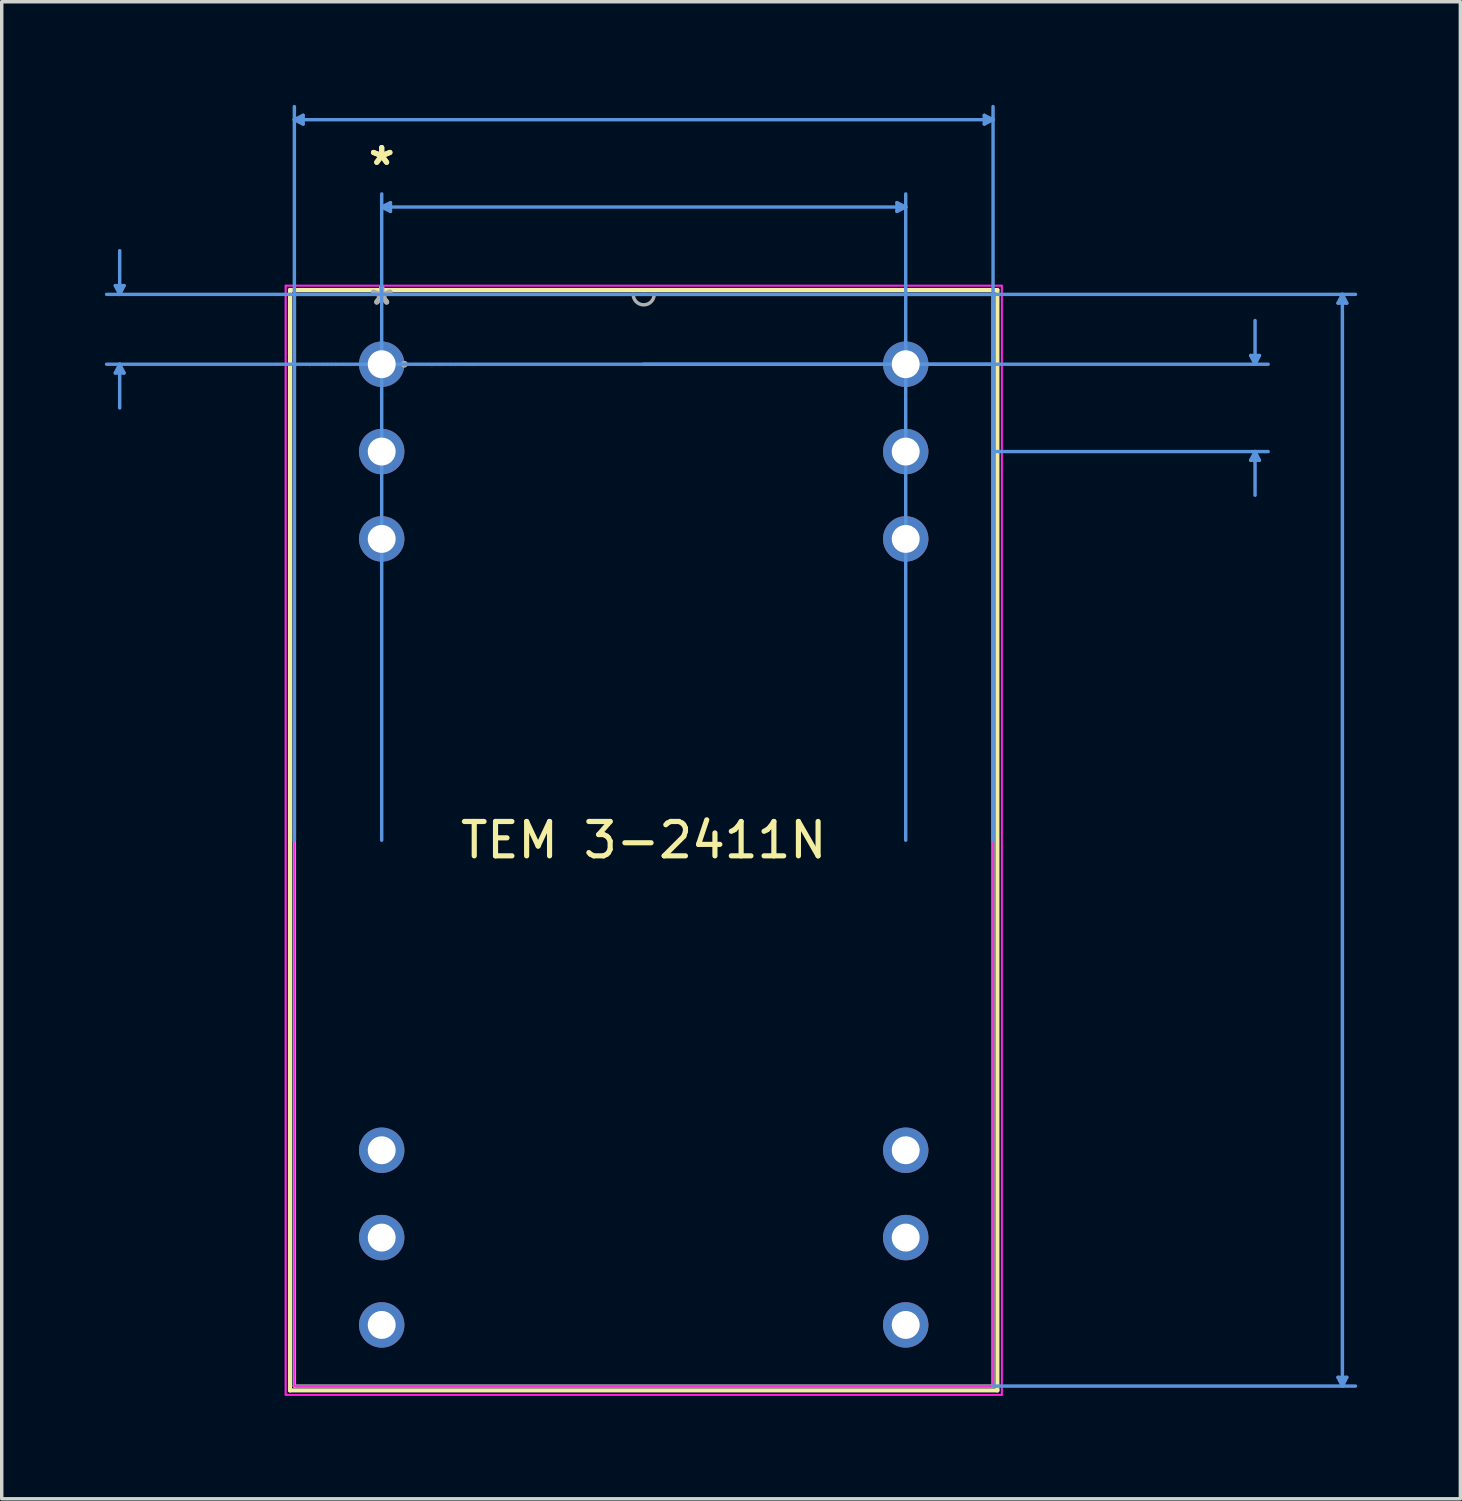
<source format=kicad_pcb>
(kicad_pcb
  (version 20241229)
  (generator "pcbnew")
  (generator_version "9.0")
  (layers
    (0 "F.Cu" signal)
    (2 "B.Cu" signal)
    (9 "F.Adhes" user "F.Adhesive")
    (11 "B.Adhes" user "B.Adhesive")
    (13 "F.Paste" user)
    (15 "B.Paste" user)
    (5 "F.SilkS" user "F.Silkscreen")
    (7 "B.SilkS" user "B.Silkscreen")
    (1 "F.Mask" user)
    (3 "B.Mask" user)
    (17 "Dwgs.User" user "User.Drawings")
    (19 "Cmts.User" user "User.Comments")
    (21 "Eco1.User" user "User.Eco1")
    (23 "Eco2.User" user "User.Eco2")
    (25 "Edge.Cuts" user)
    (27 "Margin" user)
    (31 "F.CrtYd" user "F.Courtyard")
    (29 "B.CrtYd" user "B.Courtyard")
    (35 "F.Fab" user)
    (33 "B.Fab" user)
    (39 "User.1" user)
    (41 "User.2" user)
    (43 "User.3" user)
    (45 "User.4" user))
  (footprint "TEM 3-2411N"
    (layer "F.Cu")
    (at 8.051 7.543)
    (property "Reference" "TEM 3-2411N" (at 7.62 13.843 0) (layer "F.SilkS") (effects (font (size 1 1) (thickness 0.15))))
    (attr through_hole)
    (fp_line (start -2.667 -2.159) (end -2.667 29.845) (stroke (width 0.12) (type solid)) (layer "F.SilkS"))
    (fp_line (start -2.667 29.845) (end 17.907 29.845) (stroke (width 0.12) (type solid)) (layer "F.SilkS"))
    (fp_line (start 17.907 -2.159) (end -2.667 -2.159) (stroke (width 0.12) (type solid)) (layer "F.SilkS"))
    (fp_line (start 17.907 29.845) (end 17.907 -2.159) (stroke (width 0.12) (type solid)) (layer "F.SilkS"))
    (fp_line (start -7.747 -2.286) (end -7.493 -2.286) (stroke (width 0.1) (type solid)) (layer "Cmts.User"))
    (fp_line (start -7.747 0.254) (end -7.493 0.254) (stroke (width 0.1) (type solid)) (layer "Cmts.User"))
    (fp_line (start -7.62 -2.032) (end -7.747 -2.286) (stroke (width 0.1) (type solid)) (layer "Cmts.User"))
    (fp_line (start -7.62 -2.032) (end -7.62 -3.302) (stroke (width 0.1) (type solid)) (layer "Cmts.User"))
    (fp_line (start -7.62 -2.032) (end -7.493 -2.286) (stroke (width 0.1) (type solid)) (layer "Cmts.User"))
    (fp_line (start -7.62 0) (end -7.747 0.254) (stroke (width 0.1) (type solid)) (layer "Cmts.User"))
    (fp_line (start -7.62 0) (end -7.62 1.27) (stroke (width 0.1) (type solid)) (layer "Cmts.User"))
    (fp_line (start -7.62 0) (end -7.493 0.254) (stroke (width 0.1) (type solid)) (layer "Cmts.User"))
    (fp_line (start -2.54 -7.112) (end -2.286 -7.239) (stroke (width 0.1) (type solid)) (layer "Cmts.User"))
    (fp_line (start -2.54 -7.112) (end -2.286 -6.985) (stroke (width 0.1) (type solid)) (layer "Cmts.User"))
    (fp_line (start -2.54 -7.112) (end 17.78 -7.112) (stroke (width 0.1) (type solid)) (layer "Cmts.User"))
    (fp_line (start -2.54 13.843) (end -2.54 -7.493) (stroke (width 0.1) (type solid)) (layer "Cmts.User"))
    (fp_line (start -2.286 -7.239) (end -2.286 -6.985) (stroke (width 0.1) (type solid)) (layer "Cmts.User"))
    (fp_line (start 0 -4.572) (end 0.254 -4.699) (stroke (width 0.1) (type solid)) (layer "Cmts.User"))
    (fp_line (start 0 -4.572) (end 0.254 -4.445) (stroke (width 0.1) (type solid)) (layer "Cmts.User"))
    (fp_line (start 0 -4.572) (end 15.24 -4.572) (stroke (width 0.1) (type solid)) (layer "Cmts.User"))
    (fp_line (start 0 13.843) (end 0 -4.953) (stroke (width 0.1) (type solid)) (layer "Cmts.User"))
    (fp_line (start 0.254 -4.699) (end 0.254 -4.445) (stroke (width 0.1) (type solid)) (layer "Cmts.User"))
    (fp_line (start 7.62 -2.032) (end -8.001 -2.032) (stroke (width 0.1) (type solid)) (layer "Cmts.User"))
    (fp_line (start 7.62 -2.032) (end 28.321 -2.032) (stroke (width 0.1) (type solid)) (layer "Cmts.User"))
    (fp_line (start 7.62 0) (end 25.781 0) (stroke (width 0.1) (type solid)) (layer "Cmts.User"))
    (fp_line (start 14.986 -4.699) (end 14.986 -4.445) (stroke (width 0.1) (type solid)) (layer "Cmts.User"))
    (fp_line (start 15.24 -4.572) (end 14.986 -4.699) (stroke (width 0.1) (type solid)) (layer "Cmts.User"))
    (fp_line (start 15.24 -4.572) (end 14.986 -4.445) (stroke (width 0.1) (type solid)) (layer "Cmts.User"))
    (fp_line (start 15.24 13.843) (end 15.24 -4.953) (stroke (width 0.1) (type solid)) (layer "Cmts.User"))
    (fp_line (start 17.526 -7.239) (end 17.526 -6.985) (stroke (width 0.1) (type solid)) (layer "Cmts.User"))
    (fp_line (start 17.78 -7.112) (end 17.526 -7.239) (stroke (width 0.1) (type solid)) (layer "Cmts.User"))
    (fp_line (start 17.78 -7.112) (end 17.526 -6.985) (stroke (width 0.1) (type solid)) (layer "Cmts.User"))
    (fp_line (start 17.78 0) (end -8.001 0) (stroke (width 0.1) (type solid)) (layer "Cmts.User"))
    (fp_line (start 17.78 2.54) (end 25.781 2.54) (stroke (width 0.1) (type solid)) (layer "Cmts.User"))
    (fp_line (start 17.78 13.843) (end 17.78 -7.493) (stroke (width 0.1) (type solid)) (layer "Cmts.User"))
    (fp_line (start 17.78 29.718) (end 28.321 29.718) (stroke (width 0.1) (type solid)) (layer "Cmts.User"))
    (fp_line (start 25.273 -0.254) (end 25.527 -0.254) (stroke (width 0.1) (type solid)) (layer "Cmts.User"))
    (fp_line (start 25.273 2.794) (end 25.527 2.794) (stroke (width 0.1) (type solid)) (layer "Cmts.User"))
    (fp_line (start 25.4 0) (end 25.273 -0.254) (stroke (width 0.1) (type solid)) (layer "Cmts.User"))
    (fp_line (start 25.4 0) (end 25.4 -1.27) (stroke (width 0.1) (type solid)) (layer "Cmts.User"))
    (fp_line (start 25.4 0) (end 25.527 -0.254) (stroke (width 0.1) (type solid)) (layer "Cmts.User"))
    (fp_line (start 25.4 2.54) (end 25.273 2.794) (stroke (width 0.1) (type solid)) (layer "Cmts.User"))
    (fp_line (start 25.4 2.54) (end 25.4 3.81) (stroke (width 0.1) (type solid)) (layer "Cmts.User"))
    (fp_line (start 25.4 2.54) (end 25.527 2.794) (stroke (width 0.1) (type solid)) (layer "Cmts.User"))
    (fp_line (start 27.813 -1.778) (end 28.067 -1.778) (stroke (width 0.1) (type solid)) (layer "Cmts.User"))
    (fp_line (start 27.813 29.464) (end 28.067 29.464) (stroke (width 0.1) (type solid)) (layer "Cmts.User"))
    (fp_line (start 27.94 -2.032) (end 27.813 -1.778) (stroke (width 0.1) (type solid)) (layer "Cmts.User"))
    (fp_line (start 27.94 -2.032) (end 27.94 29.718) (stroke (width 0.1) (type solid)) (layer "Cmts.User"))
    (fp_line (start 27.94 -2.032) (end 28.067 -1.778) (stroke (width 0.1) (type solid)) (layer "Cmts.User"))
    (fp_line (start 27.94 29.718) (end 27.813 29.464) (stroke (width 0.1) (type solid)) (layer "Cmts.User"))
    (fp_line (start 27.94 29.718) (end 28.067 29.464) (stroke (width 0.1) (type solid)) (layer "Cmts.User"))
    (fp_line (start -2.794 -2.286) (end 18.034 -2.286) (stroke (width 0.05) (type solid)) (layer "F.CrtYd"))
    (fp_line (start -2.794 -2.286) (end 18.034 -2.286) (stroke (width 0.05) (type solid)) (layer "F.CrtYd"))
    (fp_line (start -2.794 29.972) (end -2.794 -2.286) (stroke (width 0.05) (type solid)) (layer "F.CrtYd"))
    (fp_line (start -2.794 29.972) (end -2.794 -2.286) (stroke (width 0.05) (type solid)) (layer "F.CrtYd"))
    (fp_line (start -2.54 -2.032) (end 17.78 -2.032) (stroke (width 0.05) (type solid)) (layer "F.CrtYd"))
    (fp_line (start -2.54 29.718) (end -2.54 -2.032) (stroke (width 0.05) (type solid)) (layer "F.CrtYd"))
    (fp_line (start 17.78 -2.032) (end 17.78 29.718) (stroke (width 0.05) (type solid)) (layer "F.CrtYd"))
    (fp_line (start 17.78 29.718) (end -2.54 29.718) (stroke (width 0.05) (type solid)) (layer "F.CrtYd"))
    (fp_line (start 18.034 -2.286) (end 18.034 29.972) (stroke (width 0.05) (type solid)) (layer "F.CrtYd"))
    (fp_line (start 18.034 -2.286) (end 18.034 29.972) (stroke (width 0.05) (type solid)) (layer "F.CrtYd"))
    (fp_line (start 18.034 29.972) (end -2.794 29.972) (stroke (width 0.05) (type solid)) (layer "F.CrtYd"))
    (fp_line (start 18.034 29.972) (end -2.794 29.972) (stroke (width 0.05) (type solid)) (layer "F.CrtYd"))
    (fp_line (start -2.54 -2.032) (end -2.54 29.718) (stroke (width 0.1) (type solid)) (layer "F.Fab"))
    (fp_line (start -2.54 29.718) (end 17.78 29.718) (stroke (width 0.1) (type solid)) (layer "F.Fab"))
    (fp_line (start 17.78 -2.032) (end -2.54 -2.032) (stroke (width 0.1) (type solid)) (layer "F.Fab"))
    (fp_line (start 17.78 29.718) (end 17.78 -2.032) (stroke (width 0.1) (type solid)) (layer "F.Fab"))
    (fp_arc (start 7.9248 -2.032) (mid 7.62 -1.7272) (end 7.3152 -2.032) (stroke (width 0.1) (type solid)) (layer "F.Fab"))
    (fp_circle (center 0.66 0) (end 0.66 0) (stroke (width 0.1) (type solid)) (fill no) (layer "F.Fab"))
    (fp_text user "*" (at 0 -5.757 0) (layer "F.SilkS") (effects (font (size 1 1) (thickness 0.15))))
    (fp_text user "*" (at 0 -5.757 0) (layer "F.SilkS") (effects (font (size 1 1) (thickness 0.15))))
    (fp_text user "Copyright 2021 Accelerated Designs. All rights reserved." (at 0 0 0) (layer "Cmts.User") (effects (font (size 0.127 0.127) (thickness 0.002))))
    (fp_text user "*" (at 0 -1.693 0) (layer "F.Fab") (effects (font (size 1 1) (thickness 0.15))))
    (fp_text user "*" (at 0 -1.693 0) (layer "F.Fab") (effects (font (size 1 1) (thickness 0.15))))
    (pad "1" thru_hole circle (at 0 0) (size 1.321 1.321) (drill 0.813) (layers "*.Cu" "*.Mask"))
    (pad "2" thru_hole circle (at 0 2.54) (size 1.321 1.321) (drill 0.813) (layers "*.Cu" "*.Mask"))
    (pad "3" thru_hole circle (at 0 5.08) (size 1.321 1.321) (drill 0.813) (layers "*.Cu" "*.Mask"))
    (pad "10" thru_hole circle (at 0 22.86) (size 1.321 1.321) (drill 0.813) (layers "*.Cu" "*.Mask"))
    (pad "11" thru_hole circle (at 0 25.4) (size 1.321 1.321) (drill 0.813) (layers "*.Cu" "*.Mask"))
    (pad "12" thru_hole circle (at 0 27.94) (size 1.321 1.321) (drill 0.813) (layers "*.Cu" "*.Mask"))
    (pad "13" thru_hole circle (at 15.24 27.94) (size 1.321 1.321) (drill 0.813) (layers "*.Cu" "*.Mask"))
    (pad "14" thru_hole circle (at 15.24 25.4) (size 1.321 1.321) (drill 0.813) (layers "*.Cu" "*.Mask"))
    (pad "15" thru_hole circle (at 15.24 22.86) (size 1.321 1.321) (drill 0.813) (layers "*.Cu" "*.Mask"))
    (pad "22" thru_hole circle (at 15.24 5.08) (size 1.321 1.321) (drill 0.813) (layers "*.Cu" "*.Mask"))
    (pad "23" thru_hole circle (at 15.24 2.54) (size 1.321 1.321) (drill 0.813) (layers "*.Cu" "*.Mask"))
    (pad "24" thru_hole circle (at 15.24 0) (size 1.321 1.321) (drill 0.813) (layers "*.Cu" "*.Mask")))
  (gr_rect
    (start -3 -3)
    (end 39.422 40.54)
    (stroke (width 0.1) (type default))
    (fill no)
    (layer "Edge.Cuts")))
</source>
